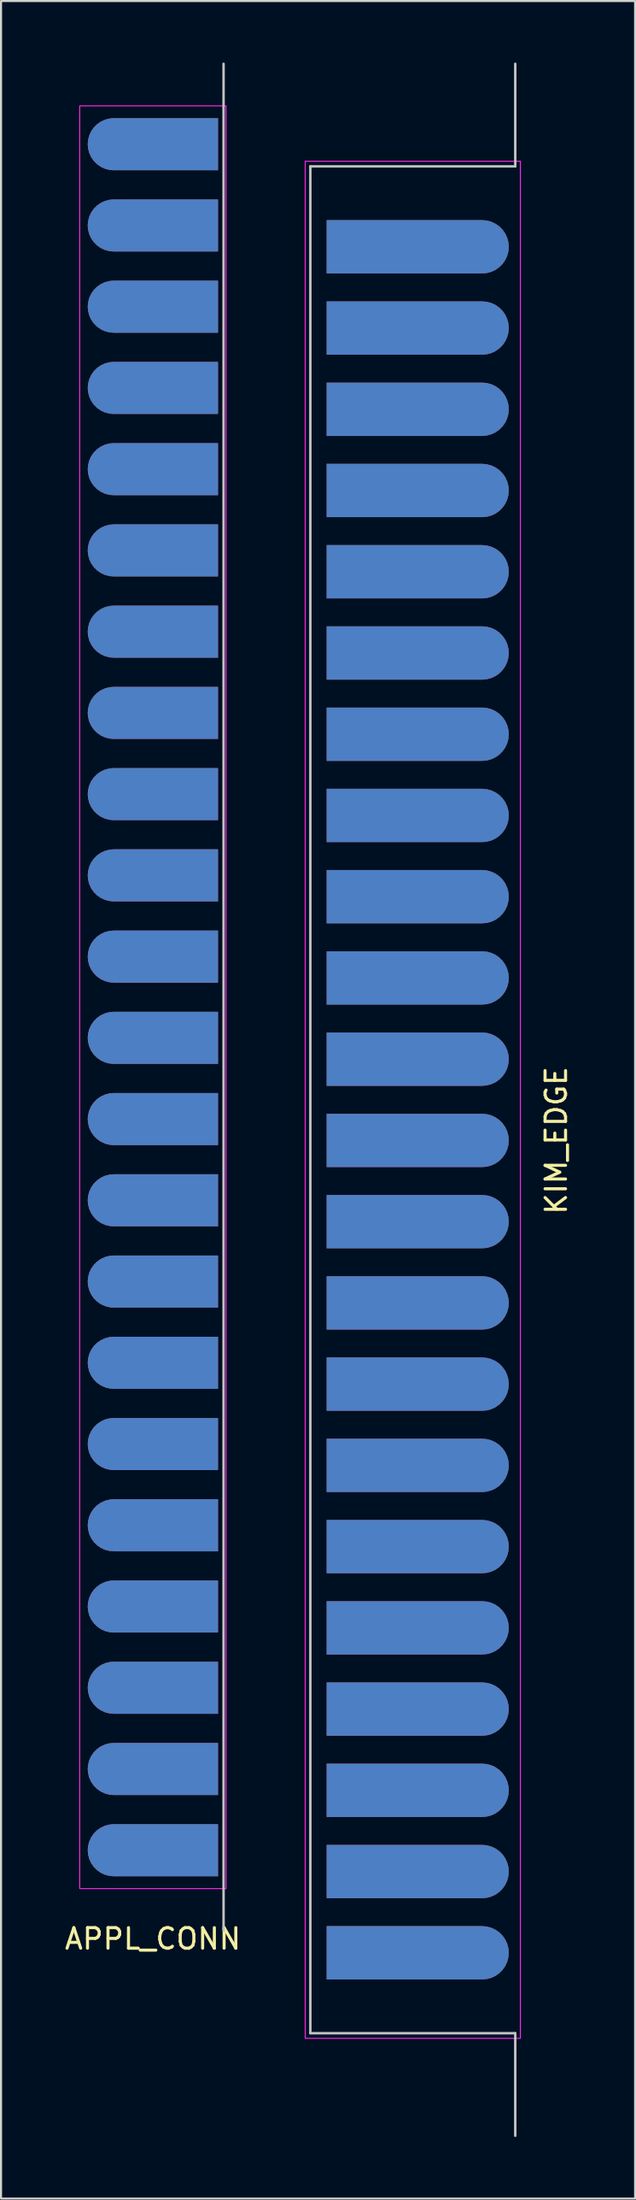
<source format=kicad_pcb>
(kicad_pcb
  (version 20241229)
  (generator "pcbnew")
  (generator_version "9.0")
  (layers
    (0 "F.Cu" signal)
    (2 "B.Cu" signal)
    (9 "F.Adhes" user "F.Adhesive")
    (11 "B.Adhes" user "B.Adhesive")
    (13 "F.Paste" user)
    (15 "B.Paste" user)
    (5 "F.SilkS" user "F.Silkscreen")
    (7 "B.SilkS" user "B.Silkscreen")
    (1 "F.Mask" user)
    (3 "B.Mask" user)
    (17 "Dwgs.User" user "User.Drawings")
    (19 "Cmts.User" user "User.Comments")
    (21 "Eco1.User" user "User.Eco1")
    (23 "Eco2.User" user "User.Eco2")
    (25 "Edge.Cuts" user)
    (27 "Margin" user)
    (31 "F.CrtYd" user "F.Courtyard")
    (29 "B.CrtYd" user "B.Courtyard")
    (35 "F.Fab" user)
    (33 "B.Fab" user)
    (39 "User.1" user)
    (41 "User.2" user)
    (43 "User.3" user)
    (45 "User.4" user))
  (footprint "APPL_CONN"
    (layer "F.Cu")
    (at 4.411 45.56)
    (property "Reference" "APPL_CONN" (at 0 45.9 0) (layer "F.SilkS") (effects (font (size 1 1) (thickness 0.15))))
    (attr smd)
    (fp_line (start 3.45 -45.5) (end 3.45 45.5) (stroke (width 0.12) (type solid)) (layer "Dwgs.User"))
    (fp_rect (start 3.57 -43.45) (end -3.57 43.45) (stroke (width 0.05) (type default)) (fill no) (layer "F.CrtYd"))
    (pad "1" connect roundrect (at 0 -41.58 270) (size 2.54 6.36) (layers "F.Cu" "F.Mask") (roundrect_rratio 0.5) (chamfer_ratio 0) (chamfer top_left top_right))
    (pad "2" connect roundrect (at 0 -37.62 270) (size 2.54 6.36) (layers "F.Cu" "F.Mask") (roundrect_rratio 0.5) (chamfer_ratio 0) (chamfer top_left top_right))
    (pad "3" connect roundrect (at 0 -33.66 270) (size 2.54 6.36) (layers "F.Cu" "F.Mask") (roundrect_rratio 0.5) (chamfer_ratio 0) (chamfer top_left top_right))
    (pad "4" connect roundrect (at 0 -29.7 270) (size 2.54 6.36) (layers "F.Cu" "F.Mask") (roundrect_rratio 0.5) (chamfer_ratio 0) (chamfer top_left top_right))
    (pad "5" connect roundrect (at 0 -25.74 270) (size 2.54 6.36) (layers "F.Cu" "F.Mask") (roundrect_rratio 0.5) (chamfer_ratio 0) (chamfer top_left top_right))
    (pad "6" connect roundrect (at 0 -21.78 270) (size 2.54 6.36) (layers "F.Cu" "F.Mask") (roundrect_rratio 0.5) (chamfer_ratio 0) (chamfer top_left top_right))
    (pad "7" connect roundrect (at 0 -17.82 270) (size 2.54 6.36) (layers "F.Cu" "F.Mask") (roundrect_rratio 0.5) (chamfer_ratio 0) (chamfer top_left top_right))
    (pad "8" connect roundrect (at 0 -13.86 270) (size 2.54 6.36) (layers "F.Cu" "F.Mask") (roundrect_rratio 0.5) (chamfer_ratio 0) (chamfer top_left top_right))
    (pad "9" connect roundrect (at 0 -9.9 270) (size 2.54 6.36) (layers "F.Cu" "F.Mask") (roundrect_rratio 0.5) (chamfer_ratio 0) (chamfer top_left top_right))
    (pad "10" connect roundrect (at 0 -5.94 270) (size 2.54 6.36) (layers "F.Cu" "F.Mask") (roundrect_rratio 0.5) (chamfer_ratio 0) (chamfer top_left top_right))
    (pad "11" connect roundrect (at 0 -1.98 270) (size 2.54 6.36) (layers "F.Cu" "F.Mask") (roundrect_rratio 0.5) (chamfer_ratio 0) (chamfer top_left top_right))
    (pad "12" connect roundrect (at 0 1.98 270) (size 2.54 6.36) (layers "F.Cu" "F.Mask") (roundrect_rratio 0.5) (chamfer_ratio 0) (chamfer top_left top_right))
    (pad "13" connect roundrect (at 0 5.94 270) (size 2.54 6.36) (layers "F.Cu" "F.Mask") (roundrect_rratio 0.5) (chamfer_ratio 0) (chamfer top_left top_right))
    (pad "14" connect roundrect (at 0 9.9 270) (size 2.54 6.36) (layers "F.Cu" "F.Mask") (roundrect_rratio 0.5) (chamfer_ratio 0) (chamfer top_left top_right))
    (pad "15" connect roundrect (at 0 13.86 270) (size 2.54 6.36) (layers "F.Cu" "F.Mask") (roundrect_rratio 0.5) (chamfer_ratio 0) (chamfer top_left top_right))
    (pad "16" connect roundrect (at 0 17.82 270) (size 2.54 6.36) (layers "F.Cu" "F.Mask") (roundrect_rratio 0.5) (chamfer_ratio 0) (chamfer top_left top_right))
    (pad "17" connect roundrect (at 0 21.78 270) (size 2.54 6.36) (layers "F.Cu" "F.Mask") (roundrect_rratio 0.5) (chamfer_ratio 0) (chamfer top_left top_right))
    (pad "18" connect roundrect (at 0 25.74 270) (size 2.54 6.36) (layers "F.Cu" "F.Mask") (roundrect_rratio 0.5) (chamfer_ratio 0) (chamfer top_left top_right))
    (pad "19" connect roundrect (at 0 29.7 270) (size 2.54 6.36) (layers "F.Cu" "F.Mask") (roundrect_rratio 0.5) (chamfer_ratio 0) (chamfer top_left top_right))
    (pad "20" connect roundrect (at 0 33.66 270) (size 2.54 6.36) (layers "F.Cu" "F.Mask") (roundrect_rratio 0.5) (chamfer_ratio 0) (chamfer top_left top_right))
    (pad "21" connect roundrect (at 0 37.62 270) (size 2.54 6.36) (layers "F.Cu" "F.Mask") (roundrect_rratio 0.5) (chamfer_ratio 0) (chamfer top_left top_right))
    (pad "22" connect roundrect (at 0 41.58 270) (size 2.54 6.36) (layers "F.Cu" "F.Mask") (roundrect_rratio 0.5) (chamfer_ratio 0) (chamfer top_left top_right))
    (pad "A" connect roundrect (at 0 -41.58 270) (size 2.54 6.36) (layers "B.Cu" "B.Mask") (roundrect_rratio 0.5) (chamfer_ratio 0) (chamfer top_left top_right))
    (pad "B" connect roundrect (at 0 -37.62 270) (size 2.54 6.36) (layers "B.Cu" "B.Mask") (roundrect_rratio 0.5) (chamfer_ratio 0) (chamfer top_left top_right))
    (pad "C" connect roundrect (at 0 -33.66 270) (size 2.54 6.36) (layers "B.Cu" "B.Mask") (roundrect_rratio 0.5) (chamfer_ratio 0) (chamfer top_left top_right))
    (pad "D" connect roundrect (at 0 -29.7 270) (size 2.54 6.36) (layers "B.Cu" "B.Mask") (roundrect_rratio 0.5) (chamfer_ratio 0) (chamfer top_left top_right))
    (pad "E" connect roundrect (at 0 -25.74 270) (size 2.54 6.36) (layers "B.Cu" "B.Mask") (roundrect_rratio 0.5) (chamfer_ratio 0) (chamfer top_left top_right))
    (pad "F" connect roundrect (at 0 -21.78 270) (size 2.54 6.36) (layers "B.Cu" "B.Mask") (roundrect_rratio 0.5) (chamfer_ratio 0) (chamfer top_left top_right))
    (pad "H" connect roundrect (at 0 -17.82 270) (size 2.54 6.36) (layers "B.Cu" "B.Mask") (roundrect_rratio 0.5) (chamfer_ratio 0) (chamfer top_left top_right))
    (pad "J" connect roundrect (at 0 -13.86 270) (size 2.54 6.36) (layers "B.Cu" "B.Mask") (roundrect_rratio 0.5) (chamfer_ratio 0) (chamfer top_left top_right))
    (pad "K" connect roundrect (at 0 -9.9 270) (size 2.54 6.36) (layers "B.Cu" "B.Mask") (roundrect_rratio 0.5) (chamfer_ratio 0) (chamfer top_left top_right))
    (pad "L" connect roundrect (at 0 -5.94 270) (size 2.54 6.36) (layers "B.Cu" "B.Mask") (roundrect_rratio 0.5) (chamfer_ratio 0) (chamfer top_left top_right))
    (pad "M" connect roundrect (at 0 -1.98 270) (size 2.54 6.36) (layers "B.Cu" "B.Mask") (roundrect_rratio 0.5) (chamfer_ratio 0) (chamfer top_left top_right))
    (pad "N" connect roundrect (at 0 1.98 270) (size 2.54 6.36) (layers "B.Cu" "B.Mask") (roundrect_rratio 0.5) (chamfer_ratio 0) (chamfer top_left top_right))
    (pad "P" connect roundrect (at 0 5.94 270) (size 2.54 6.36) (layers "B.Cu" "B.Mask") (roundrect_rratio 0.5) (chamfer_ratio 0) (chamfer top_left top_right))
    (pad "R" connect roundrect (at 0 9.9 270) (size 2.54 6.36) (layers "B.Cu" "B.Mask") (roundrect_rratio 0.5) (chamfer_ratio 0) (chamfer top_left top_right))
    (pad "S" connect roundrect (at 0 13.86 270) (size 2.54 6.36) (layers "B.Cu" "B.Mask") (roundrect_rratio 0.5) (chamfer_ratio 0) (chamfer top_left top_right))
    (pad "T" connect roundrect (at 0 17.82 270) (size 2.54 6.36) (layers "B.Cu" "B.Mask") (roundrect_rratio 0.5) (chamfer_ratio 0) (chamfer top_left top_right))
    (pad "U" connect roundrect (at 0 21.78 270) (size 2.54 6.36) (layers "B.Cu" "B.Mask") (roundrect_rratio 0.5) (chamfer_ratio 0) (chamfer top_left top_right))
    (pad "V" connect roundrect (at 0 25.74 270) (size 2.54 6.36) (layers "B.Cu" "B.Mask") (roundrect_rratio 0.5) (chamfer_ratio 0) (chamfer top_left top_right))
    (pad "W" connect roundrect (at 0 29.7 270) (size 2.54 6.36) (layers "B.Cu" "B.Mask") (roundrect_rratio 0.5) (chamfer_ratio 0) (chamfer top_left top_right))
    (pad "X" connect roundrect (at 0 33.66 270) (size 2.54 6.36) (layers "B.Cu" "B.Mask") (roundrect_rratio 0.5) (chamfer_ratio 0) (chamfer top_left top_right))
    (pad "Y" connect roundrect (at 0 37.62 270) (size 2.54 6.36) (layers "B.Cu" "B.Mask") (roundrect_rratio 0.5) (chamfer_ratio 0) (chamfer top_left top_right))
    (pad "Z" connect roundrect (at 0 41.58 270) (size 2.54 6.36) (layers "B.Cu" "B.Mask") (roundrect_rratio 0.5) (chamfer_ratio 0) (chamfer top_left top_right)))
  (footprint "KIM_EDGE"
    (layer "F.Cu")
    (at 17.336 50.56)
    (property "Reference" "KIM_EDGE" (at 6.76 1.98 90) (layer "F.SilkS") (effects (font (size 1 1) (thickness 0.15))))
    (attr smd)
    (fp_rect (start -5.36 -45.62) (end 4.7 45.62) (stroke (width 0.12) (type solid)) (fill yes) (layer "F.Mask"))
    (fp_rect (start -5.37 -45.62) (end 4.7 45.62) (stroke (width 0.12) (type solid)) (fill yes) (layer "B.Mask"))
    (fp_line (start -5.24 -45.5) (end -5.24 45.5) (stroke (width 0.12) (type solid)) (layer "Dwgs.User"))
    (fp_line (start -5.24 -45.5) (end 4.76 -45.5) (stroke (width 0.12) (type solid)) (layer "Dwgs.User"))
    (fp_line (start -5.24 45.5) (end 4.76 45.5) (stroke (width 0.12) (type solid)) (layer "Dwgs.User"))
    (fp_line (start 4.76 -45.5) (end 4.76 -50.5) (stroke (width 0.12) (type solid)) (layer "Dwgs.User"))
    (fp_line (start 4.76 45.5) (end 4.76 50.5) (stroke (width 0.12) (type solid)) (layer "Dwgs.User"))
    (fp_rect (start -5.49 -45.75) (end 5.01 45.75) (stroke (width 0.05) (type default)) (fill no) (layer "F.CrtYd"))
    (pad "1" connect roundrect (at 0 -41.58 90) (size 2.6 8.89) (layers "F.Cu") (roundrect_rratio 0.5) (chamfer_ratio 0) (chamfer top_left top_right))
    (pad "2" connect roundrect (at 0 -37.62 90) (size 2.6 8.89) (layers "F.Cu") (roundrect_rratio 0.5) (chamfer_ratio 0) (chamfer top_left top_right))
    (pad "3" connect roundrect (at 0 -33.66 90) (size 2.6 8.89) (layers "F.Cu") (roundrect_rratio 0.5) (chamfer_ratio 0) (chamfer top_left top_right))
    (pad "4" connect roundrect (at 0 -29.7 90) (size 2.6 8.89) (layers "F.Cu") (roundrect_rratio 0.5) (chamfer_ratio 0) (chamfer top_left top_right))
    (pad "5" connect roundrect (at 0 -25.74 90) (size 2.6 8.89) (layers "F.Cu") (roundrect_rratio 0.5) (chamfer_ratio 0) (chamfer top_left top_right))
    (pad "6" connect roundrect (at 0 -21.78 90) (size 2.6 8.89) (layers "F.Cu") (roundrect_rratio 0.5) (chamfer_ratio 0) (chamfer top_left top_right))
    (pad "7" connect roundrect (at 0 -17.82 90) (size 2.6 8.89) (layers "F.Cu") (roundrect_rratio 0.5) (chamfer_ratio 0) (chamfer top_left top_right))
    (pad "8" connect roundrect (at 0 -13.86 90) (size 2.6 8.89) (layers "F.Cu") (roundrect_rratio 0.5) (chamfer_ratio 0) (chamfer top_left top_right))
    (pad "9" connect roundrect (at 0 -9.9 90) (size 2.6 8.89) (layers "F.Cu") (roundrect_rratio 0.5) (chamfer_ratio 0) (chamfer top_left top_right))
    (pad "10" connect roundrect (at 0 -5.94 90) (size 2.6 8.89) (layers "F.Cu") (roundrect_rratio 0.5) (chamfer_ratio 0) (chamfer top_left top_right))
    (pad "11" connect roundrect (at 0 -1.98 90) (size 2.6 8.89) (layers "F.Cu") (roundrect_rratio 0.5) (chamfer_ratio 0) (chamfer top_left top_right))
    (pad "12" connect roundrect (at 0 1.98 90) (size 2.6 8.89) (layers "F.Cu") (roundrect_rratio 0.5) (chamfer_ratio 0) (chamfer top_left top_right))
    (pad "13" connect roundrect (at 0 5.94 90) (size 2.6 8.89) (layers "F.Cu") (roundrect_rratio 0.5) (chamfer_ratio 0) (chamfer top_left top_right))
    (pad "14" connect roundrect (at 0 9.9 90) (size 2.6 8.89) (layers "F.Cu") (roundrect_rratio 0.5) (chamfer_ratio 0) (chamfer top_left top_right))
    (pad "15" connect roundrect (at 0 13.86 90) (size 2.6 8.89) (layers "F.Cu") (roundrect_rratio 0.5) (chamfer_ratio 0) (chamfer top_left top_right))
    (pad "16" connect roundrect (at 0 17.82 90) (size 2.6 8.89) (layers "F.Cu") (roundrect_rratio 0.5) (chamfer_ratio 0) (chamfer top_left top_right))
    (pad "17" connect roundrect (at 0 21.78 90) (size 2.6 8.89) (layers "F.Cu") (roundrect_rratio 0.5) (chamfer_ratio 0) (chamfer top_left top_right))
    (pad "18" connect roundrect (at 0 25.74 90) (size 2.6 8.89) (layers "F.Cu") (roundrect_rratio 0.5) (chamfer_ratio 0) (chamfer top_left top_right))
    (pad "19" connect roundrect (at 0 29.7 90) (size 2.6 8.89) (layers "F.Cu") (roundrect_rratio 0.5) (chamfer_ratio 0) (chamfer top_left top_right))
    (pad "20" connect roundrect (at 0 33.66 90) (size 2.6 8.89) (layers "F.Cu") (roundrect_rratio 0.5) (chamfer_ratio 0) (chamfer top_left top_right))
    (pad "21" connect roundrect (at 0 37.62 90) (size 2.6 8.89) (layers "F.Cu") (roundrect_rratio 0.5) (chamfer_ratio 0) (chamfer top_left top_right))
    (pad "22" connect roundrect (at 0 41.58 90) (size 2.6 8.89) (layers "F.Cu") (roundrect_rratio 0.5) (chamfer_ratio 0) (chamfer top_left top_right))
    (pad "A" connect roundrect (at 0 -41.58 90) (size 2.6 8.89) (layers "B.Cu" "B.Mask") (roundrect_rratio 0.5) (chamfer_ratio 0) (chamfer top_left top_right))
    (pad "B" connect roundrect (at 0 -37.62 90) (size 2.6 8.89) (layers "B.Cu" "B.Mask") (roundrect_rratio 0.5) (chamfer_ratio 0) (chamfer top_left top_right))
    (pad "C" connect roundrect (at 0 -33.66 90) (size 2.6 8.89) (layers "B.Cu" "B.Mask") (roundrect_rratio 0.5) (chamfer_ratio 0) (chamfer top_left top_right))
    (pad "D" connect roundrect (at 0 -29.7 90) (size 2.6 8.89) (layers "B.Cu" "B.Mask") (roundrect_rratio 0.5) (chamfer_ratio 0) (chamfer top_left top_right))
    (pad "E" connect roundrect (at 0 -25.74 90) (size 2.6 8.89) (layers "B.Cu" "B.Mask") (roundrect_rratio 0.5) (chamfer_ratio 0) (chamfer top_left top_right))
    (pad "F" connect roundrect (at 0 -21.78 90) (size 2.6 8.89) (layers "B.Cu" "B.Mask") (roundrect_rratio 0.5) (chamfer_ratio 0) (chamfer top_left top_right))
    (pad "H" connect roundrect (at 0 -17.82 90) (size 2.6 8.89) (layers "B.Cu" "B.Mask") (roundrect_rratio 0.5) (chamfer_ratio 0) (chamfer top_left top_right))
    (pad "J" connect roundrect (at 0 -13.86 90) (size 2.6 8.89) (layers "B.Cu" "B.Mask") (roundrect_rratio 0.5) (chamfer_ratio 0) (chamfer top_left top_right))
    (pad "K" connect roundrect (at 0 -9.9 90) (size 2.6 8.89) (layers "B.Cu" "B.Mask") (roundrect_rratio 0.5) (chamfer_ratio 0) (chamfer top_left top_right))
    (pad "L" connect roundrect (at 0 -5.94 90) (size 2.6 8.89) (layers "B.Cu" "B.Mask") (roundrect_rratio 0.5) (chamfer_ratio 0) (chamfer top_left top_right))
    (pad "M" connect roundrect (at 0 -1.98 90) (size 2.6 8.89) (layers "B.Cu" "B.Mask") (roundrect_rratio 0.5) (chamfer_ratio 0) (chamfer top_left top_right))
    (pad "N" connect roundrect (at 0 1.98 90) (size 2.6 8.89) (layers "B.Cu" "B.Mask") (roundrect_rratio 0.5) (chamfer_ratio 0) (chamfer top_left top_right))
    (pad "P" connect roundrect (at 0 5.94 90) (size 2.6 8.89) (layers "B.Cu" "B.Mask") (roundrect_rratio 0.5) (chamfer_ratio 0) (chamfer top_left top_right))
    (pad "R" connect roundrect (at 0 9.9 90) (size 2.6 8.89) (layers "B.Cu" "B.Mask") (roundrect_rratio 0.5) (chamfer_ratio 0) (chamfer top_left top_right))
    (pad "S" connect roundrect (at 0 13.86 90) (size 2.6 8.89) (layers "B.Cu" "B.Mask") (roundrect_rratio 0.5) (chamfer_ratio 0) (chamfer top_left top_right))
    (pad "T" connect roundrect (at 0 17.82 90) (size 2.6 8.89) (layers "B.Cu" "B.Mask") (roundrect_rratio 0.5) (chamfer_ratio 0) (chamfer top_left top_right))
    (pad "U" connect roundrect (at 0 21.78 90) (size 2.6 8.89) (layers "B.Cu" "B.Mask") (roundrect_rratio 0.5) (chamfer_ratio 0) (chamfer top_left top_right))
    (pad "V" connect roundrect (at 0 25.74 90) (size 2.6 8.89) (layers "B.Cu" "B.Mask") (roundrect_rratio 0.5) (chamfer_ratio 0) (chamfer top_left top_right))
    (pad "W" connect roundrect (at 0 29.7 90) (size 2.6 8.89) (layers "B.Cu" "B.Mask") (roundrect_rratio 0.5) (chamfer_ratio 0) (chamfer top_left top_right))
    (pad "X" connect roundrect (at 0 33.66 90) (size 2.6 8.89) (layers "B.Cu" "B.Mask") (roundrect_rratio 0.5) (chamfer_ratio 0) (chamfer top_left top_right))
    (pad "Y" connect roundrect (at 0 37.62 90) (size 2.6 8.89) (layers "B.Cu" "B.Mask") (roundrect_rratio 0.5) (chamfer_ratio 0) (chamfer top_left top_right))
    (pad "Z" connect roundrect (at 0 41.58 90) (size 2.6 8.89) (layers "B.Cu" "B.Mask") (roundrect_rratio 0.5) (chamfer_ratio 0) (chamfer top_left top_right)))
  (gr_rect
    (start -3 -3)
    (end 27.945 104.12)
    (stroke (width 0.1) (type default))
    (fill no)
    (layer "Edge.Cuts")))
</source>
